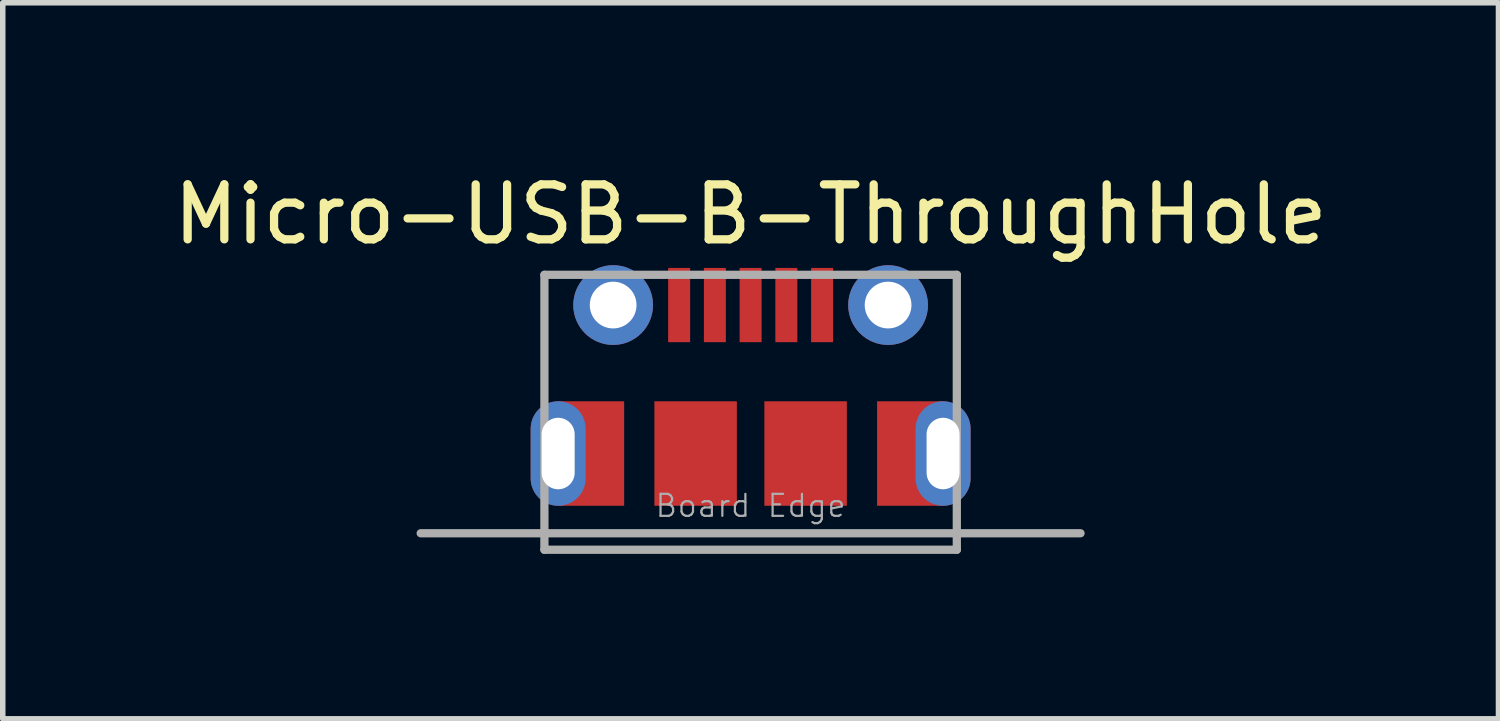
<source format=kicad_pcb>
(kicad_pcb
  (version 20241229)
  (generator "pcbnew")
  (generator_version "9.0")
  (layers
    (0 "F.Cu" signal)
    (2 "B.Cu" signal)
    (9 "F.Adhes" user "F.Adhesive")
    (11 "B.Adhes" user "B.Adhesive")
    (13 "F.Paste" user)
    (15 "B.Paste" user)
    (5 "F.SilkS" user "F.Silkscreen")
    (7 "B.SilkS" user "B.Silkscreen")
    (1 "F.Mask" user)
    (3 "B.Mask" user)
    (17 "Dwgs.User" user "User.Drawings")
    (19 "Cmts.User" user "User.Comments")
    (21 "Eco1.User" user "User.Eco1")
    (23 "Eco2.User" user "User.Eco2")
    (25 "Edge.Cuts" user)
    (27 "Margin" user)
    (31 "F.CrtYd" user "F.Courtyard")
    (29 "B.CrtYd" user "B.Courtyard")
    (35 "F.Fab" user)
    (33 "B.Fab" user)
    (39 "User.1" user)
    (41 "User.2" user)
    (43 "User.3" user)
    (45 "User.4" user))
  (footprint "Micro-USB-B-ThroughHole"
    (layer "F.Cu")
    (at 10.601 6.648)
    (property "Reference" "Micro-USB-B-ThroughHole" (at 0 -5.8 0) (layer "F.SilkS") (effects (font (size 1 1) (thickness 0.15))))
    (attr through_hole)
    (fp_line (start -6 0) (end 6 0) (stroke (width 0.15) (type solid)) (layer "F.Fab"))
    (fp_line (start -3.75 -4.7) (end -3.75 0) (stroke (width 0.15) (type solid)) (layer "F.Fab"))
    (fp_line (start -3.75 -4.7) (end 3.75 -4.7) (stroke (width 0.15) (type solid)) (layer "F.Fab"))
    (fp_line (start -3.75 0) (end -3.75 0.3) (stroke (width 0.15) (type solid)) (layer "F.Fab"))
    (fp_line (start -3.75 0.3) (end 3.75 0.3) (stroke (width 0.15) (type solid)) (layer "F.Fab"))
    (fp_line (start 3.75 -4.7) (end 3.75 0) (stroke (width 0.15) (type solid)) (layer "F.Fab"))
    (fp_line (start 3.75 0.3) (end 3.75 0) (stroke (width 0.15) (type solid)) (layer "F.Fab"))
    (fp_text user "Board Edge" (at 0 -0.5 0) (layer "F.Fab") (effects (font (size 0.4 0.4) (thickness 0.04))))
    (pad "1" smd rect (at -1.3 -4.15) (size 0.4 1.35) (layers "F.Cu" "F.Mask" "F.Paste"))
    (pad "2" smd rect (at -0.65 -4.15) (size 0.4 1.35) (layers "F.Cu" "F.Mask" "F.Paste"))
    (pad "3" smd rect (at 0 -4.15) (size 0.4 1.35) (layers "F.Cu" "F.Mask" "F.Paste"))
    (pad "4" smd rect (at 0.65 -4.15) (size 0.4 1.35) (layers "F.Cu" "F.Mask" "F.Paste"))
    (pad "5" smd rect (at 1.3 -4.15) (size 0.4 1.35) (layers "F.Cu" "F.Mask" "F.Paste"))
    (pad "6" thru_hole oval (at -3.5 -1.45) (size 1 1.9) (drill oval 0.6 1.3) (layers "*.Cu" "*.Mask"))
    (pad "6" smd rect (at -2.9 -1.45) (size 1.2 1.9) (layers "F.Cu" "F.Mask" "F.Paste"))
    (pad "6" thru_hole circle (at -2.5 -4.15) (size 1.45 1.45) (drill 0.85) (layers "*.Cu" "*.Mask"))
    (pad "6" smd rect (at -1 -1.45) (size 1.5 1.9) (layers "F.Cu" "F.Mask" "F.Paste"))
    (pad "6" smd rect (at 1 -1.45) (size 1.5 1.9) (layers "F.Cu" "F.Mask" "F.Paste"))
    (pad "6" thru_hole circle (at 2.5 -4.15) (size 1.45 1.45) (drill 0.85) (layers "*.Cu" "*.Mask"))
    (pad "6" smd rect (at 2.9 -1.45) (size 1.2 1.9) (layers "F.Cu" "F.Mask" "F.Paste"))
    (pad "6" thru_hole oval (at 3.5 -1.45) (size 1 1.9) (drill oval 0.6 1.3) (layers "*.Cu" "*.Mask")))
  (gr_rect
    (start -3 -3)
    (end 24.202 10.023)
    (stroke (width 0.1) (type default))
    (fill no)
    (layer "Edge.Cuts")))
</source>
